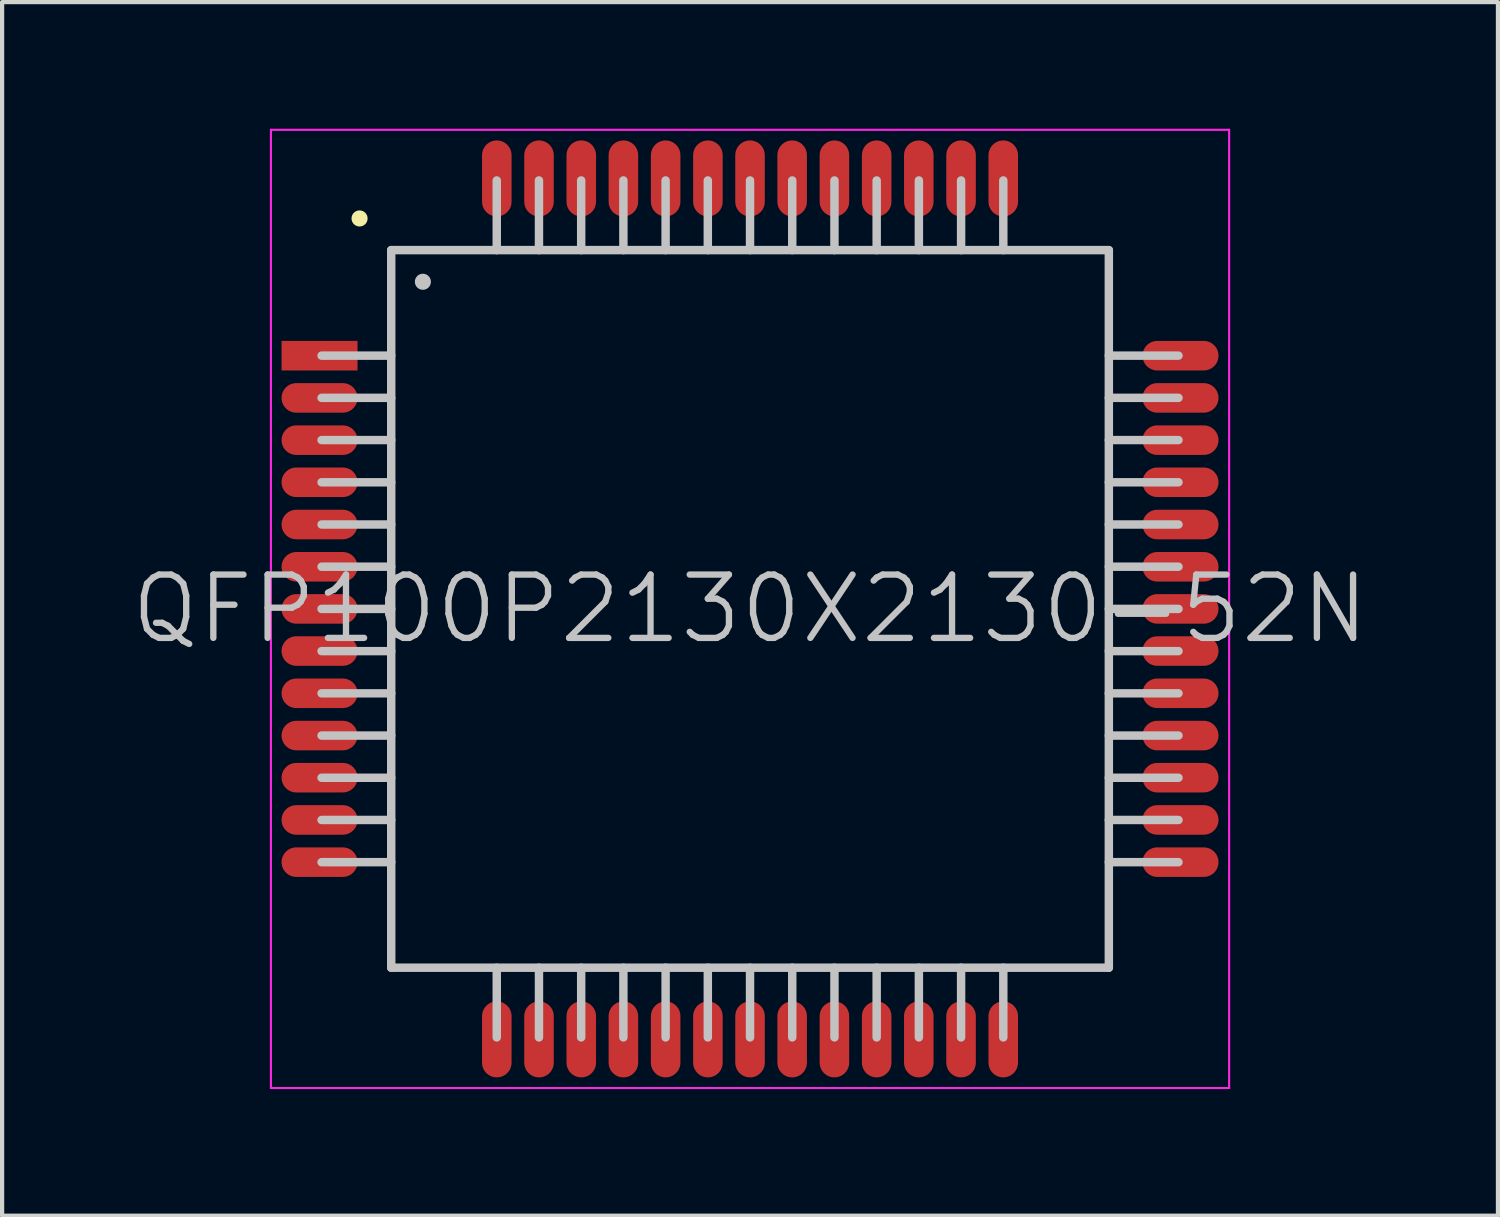
<source format=kicad_pcb>
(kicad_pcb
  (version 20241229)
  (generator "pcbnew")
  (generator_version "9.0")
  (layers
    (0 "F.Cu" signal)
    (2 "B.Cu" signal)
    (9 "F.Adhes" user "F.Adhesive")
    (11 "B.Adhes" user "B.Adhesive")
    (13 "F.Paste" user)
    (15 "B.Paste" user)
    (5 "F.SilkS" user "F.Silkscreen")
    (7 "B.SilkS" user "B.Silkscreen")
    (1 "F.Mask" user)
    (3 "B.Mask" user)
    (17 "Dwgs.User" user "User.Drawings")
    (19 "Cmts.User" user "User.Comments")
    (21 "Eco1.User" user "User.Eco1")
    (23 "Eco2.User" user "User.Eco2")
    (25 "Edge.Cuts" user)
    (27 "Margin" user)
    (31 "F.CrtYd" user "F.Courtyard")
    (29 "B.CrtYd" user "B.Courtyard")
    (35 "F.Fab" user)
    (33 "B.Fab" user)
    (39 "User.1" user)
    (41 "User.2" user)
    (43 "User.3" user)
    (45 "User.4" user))
  (footprint "QFP100P2130X2130-52N"
    (layer "F.Cu")
    (at 14.718 11.375)
    (property "Reference" "QFP100P2130X2130-52N" (at 0 0 0) (layer "Dwgs.User") (effects (font (size 1.5 1.5) (thickness 0.15))))
    (attr smd)
    (fp_line (start -9.25 -9.25) (end -9.25 -9.25) (stroke (width 0.381) (type solid)) (layer "F.SilkS"))
    (fp_line (start -8.5 -8.5) (end -8.5 8.5) (stroke (width 0.2) (type solid)) (layer "Dwgs.User"))
    (fp_line (start -8.5 -8.5) (end 8.5 -8.5) (stroke (width 0.2) (type solid)) (layer "Dwgs.User"))
    (fp_line (start -8.5 -6) (end -10.15 -6) (stroke (width 0.2) (type solid)) (layer "Dwgs.User"))
    (fp_line (start -8.5 -5) (end -10.15 -5) (stroke (width 0.2) (type solid)) (layer "Dwgs.User"))
    (fp_line (start -8.5 -4) (end -10.15 -4) (stroke (width 0.2) (type solid)) (layer "Dwgs.User"))
    (fp_line (start -8.5 -3) (end -10.15 -3) (stroke (width 0.2) (type solid)) (layer "Dwgs.User"))
    (fp_line (start -8.5 -2) (end -10.15 -2) (stroke (width 0.2) (type solid)) (layer "Dwgs.User"))
    (fp_line (start -8.5 -1) (end -10.15 -1) (stroke (width 0.2) (type solid)) (layer "Dwgs.User"))
    (fp_line (start -8.5 0) (end -10.15 0) (stroke (width 0.2) (type solid)) (layer "Dwgs.User"))
    (fp_line (start -8.5 1) (end -10.15 1) (stroke (width 0.2) (type solid)) (layer "Dwgs.User"))
    (fp_line (start -8.5 2) (end -10.15 2) (stroke (width 0.2) (type solid)) (layer "Dwgs.User"))
    (fp_line (start -8.5 3) (end -10.15 3) (stroke (width 0.2) (type solid)) (layer "Dwgs.User"))
    (fp_line (start -8.5 4) (end -10.15 4) (stroke (width 0.2) (type solid)) (layer "Dwgs.User"))
    (fp_line (start -8.5 5) (end -10.15 5) (stroke (width 0.2) (type solid)) (layer "Dwgs.User"))
    (fp_line (start -8.5 6) (end -10.15 6) (stroke (width 0.2) (type solid)) (layer "Dwgs.User"))
    (fp_line (start -8.5 8.5) (end 8.5 8.5) (stroke (width 0.2) (type solid)) (layer "Dwgs.User"))
    (fp_line (start -7.75 -7.75) (end -7.75 -7.75) (stroke (width 0.381) (type solid)) (layer "Dwgs.User"))
    (fp_line (start -6 -8.5) (end -6 -10.15) (stroke (width 0.2) (type solid)) (layer "Dwgs.User"))
    (fp_line (start -6 10.15) (end -6 8.5) (stroke (width 0.2) (type solid)) (layer "Dwgs.User"))
    (fp_line (start -5 -8.5) (end -5 -10.15) (stroke (width 0.2) (type solid)) (layer "Dwgs.User"))
    (fp_line (start -5 10.15) (end -5 8.5) (stroke (width 0.2) (type solid)) (layer "Dwgs.User"))
    (fp_line (start -4 -8.5) (end -4 -10.15) (stroke (width 0.2) (type solid)) (layer "Dwgs.User"))
    (fp_line (start -4 10.15) (end -4 8.5) (stroke (width 0.2) (type solid)) (layer "Dwgs.User"))
    (fp_line (start -3 -8.5) (end -3 -10.15) (stroke (width 0.2) (type solid)) (layer "Dwgs.User"))
    (fp_line (start -3 10.15) (end -3 8.5) (stroke (width 0.2) (type solid)) (layer "Dwgs.User"))
    (fp_line (start -2 -8.5) (end -2 -10.15) (stroke (width 0.2) (type solid)) (layer "Dwgs.User"))
    (fp_line (start -2 10.15) (end -2 8.5) (stroke (width 0.2) (type solid)) (layer "Dwgs.User"))
    (fp_line (start -1 -8.5) (end -1 -10.15) (stroke (width 0.2) (type solid)) (layer "Dwgs.User"))
    (fp_line (start -1 10.15) (end -1 8.5) (stroke (width 0.2) (type solid)) (layer "Dwgs.User"))
    (fp_line (start 0 -8.5) (end 0 -10.15) (stroke (width 0.2) (type solid)) (layer "Dwgs.User"))
    (fp_line (start 0 10.15) (end 0 8.5) (stroke (width 0.2) (type solid)) (layer "Dwgs.User"))
    (fp_line (start 1 -8.5) (end 1 -10.15) (stroke (width 0.2) (type solid)) (layer "Dwgs.User"))
    (fp_line (start 1 10.15) (end 1 8.5) (stroke (width 0.2) (type solid)) (layer "Dwgs.User"))
    (fp_line (start 2 -8.5) (end 2 -10.15) (stroke (width 0.2) (type solid)) (layer "Dwgs.User"))
    (fp_line (start 2 10.15) (end 2 8.5) (stroke (width 0.2) (type solid)) (layer "Dwgs.User"))
    (fp_line (start 3 -8.5) (end 3 -10.15) (stroke (width 0.2) (type solid)) (layer "Dwgs.User"))
    (fp_line (start 3 10.15) (end 3 8.5) (stroke (width 0.2) (type solid)) (layer "Dwgs.User"))
    (fp_line (start 4 -8.5) (end 4 -10.15) (stroke (width 0.2) (type solid)) (layer "Dwgs.User"))
    (fp_line (start 4 10.15) (end 4 8.5) (stroke (width 0.2) (type solid)) (layer "Dwgs.User"))
    (fp_line (start 5 -8.5) (end 5 -10.15) (stroke (width 0.2) (type solid)) (layer "Dwgs.User"))
    (fp_line (start 5 10.15) (end 5 8.5) (stroke (width 0.2) (type solid)) (layer "Dwgs.User"))
    (fp_line (start 6 -8.5) (end 6 -10.15) (stroke (width 0.2) (type solid)) (layer "Dwgs.User"))
    (fp_line (start 6 10.15) (end 6 8.5) (stroke (width 0.2) (type solid)) (layer "Dwgs.User"))
    (fp_line (start 8.5 -8.5) (end 8.5 8.5) (stroke (width 0.2) (type solid)) (layer "Dwgs.User"))
    (fp_line (start 10.15 -6) (end 8.5 -6) (stroke (width 0.2) (type solid)) (layer "Dwgs.User"))
    (fp_line (start 10.15 -5) (end 8.5 -5) (stroke (width 0.2) (type solid)) (layer "Dwgs.User"))
    (fp_line (start 10.15 -4) (end 8.5 -4) (stroke (width 0.2) (type solid)) (layer "Dwgs.User"))
    (fp_line (start 10.15 -3) (end 8.5 -3) (stroke (width 0.2) (type solid)) (layer "Dwgs.User"))
    (fp_line (start 10.15 -2) (end 8.5 -2) (stroke (width 0.2) (type solid)) (layer "Dwgs.User"))
    (fp_line (start 10.15 -1) (end 8.5 -1) (stroke (width 0.2) (type solid)) (layer "Dwgs.User"))
    (fp_line (start 10.15 0) (end 8.5 0) (stroke (width 0.2) (type solid)) (layer "Dwgs.User"))
    (fp_line (start 10.15 1) (end 8.5 1) (stroke (width 0.2) (type solid)) (layer "Dwgs.User"))
    (fp_line (start 10.15 2) (end 8.5 2) (stroke (width 0.2) (type solid)) (layer "Dwgs.User"))
    (fp_line (start 10.15 3) (end 8.5 3) (stroke (width 0.2) (type solid)) (layer "Dwgs.User"))
    (fp_line (start 10.15 4) (end 8.5 4) (stroke (width 0.2) (type solid)) (layer "Dwgs.User"))
    (fp_line (start 10.15 5) (end 8.5 5) (stroke (width 0.2) (type solid)) (layer "Dwgs.User"))
    (fp_line (start 10.15 6) (end 8.5 6) (stroke (width 0.2) (type solid)) (layer "Dwgs.User"))
    (fp_line (start -11.35 -11.35) (end -11.35 11.35) (stroke (width 0.05) (type solid)) (layer "F.CrtYd"))
    (fp_line (start -11.35 -11.35) (end 11.35 -11.35) (stroke (width 0.05) (type solid)) (layer "F.CrtYd"))
    (fp_line (start -11.35 11.35) (end 11.35 11.35) (stroke (width 0.05) (type solid)) (layer "F.CrtYd"))
    (fp_line (start 11.35 -11.35) (end 11.35 11.35) (stroke (width 0.05) (type solid)) (layer "F.CrtYd"))
    (pad "1" smd rect (at -10.198 -5.999 90) (size 0.7 1.8) (layers "F.Cu" "F.Mask" "F.Paste"))
    (pad "2" smd oval (at -10.198 -4.999 90) (size 0.7 1.8) (layers "F.Cu" "F.Mask" "F.Paste"))
    (pad "3" smd oval (at -10.198 -3.998 90) (size 0.7 1.8) (layers "F.Cu" "F.Mask" "F.Paste"))
    (pad "4" smd oval (at -10.198 -3 90) (size 0.7 1.8) (layers "F.Cu" "F.Mask" "F.Paste"))
    (pad "5" smd oval (at -10.198 -1.999 90) (size 0.7 1.8) (layers "F.Cu" "F.Mask" "F.Paste"))
    (pad "6" smd oval (at -10.198 -0.998 90) (size 0.7 1.8) (layers "F.Cu" "F.Mask" "F.Paste"))
    (pad "7" smd oval (at -10.198 0 90) (size 0.7 1.8) (layers "F.Cu" "F.Mask" "F.Paste"))
    (pad "8" smd oval (at -10.198 0.998 90) (size 0.7 1.8) (layers "F.Cu" "F.Mask" "F.Paste"))
    (pad "9" smd oval (at -10.198 1.999 90) (size 0.7 1.8) (layers "F.Cu" "F.Mask" "F.Paste"))
    (pad "10" smd oval (at -10.198 3 90) (size 0.7 1.8) (layers "F.Cu" "F.Mask" "F.Paste"))
    (pad "11" smd oval (at -10.198 3.998 90) (size 0.7 1.8) (layers "F.Cu" "F.Mask" "F.Paste"))
    (pad "12" smd oval (at -10.198 4.999 90) (size 0.7 1.8) (layers "F.Cu" "F.Mask" "F.Paste"))
    (pad "13" smd oval (at -10.198 5.999 90) (size 0.7 1.8) (layers "F.Cu" "F.Mask" "F.Paste"))
    (pad "14" smd oval (at -5.999 10.198 180) (size 0.7 1.8) (layers "F.Cu" "F.Mask" "F.Paste"))
    (pad "15" smd oval (at -4.999 10.198 180) (size 0.7 1.8) (layers "F.Cu" "F.Mask" "F.Paste"))
    (pad "16" smd oval (at -3.998 10.198 180) (size 0.7 1.8) (layers "F.Cu" "F.Mask" "F.Paste"))
    (pad "17" smd oval (at -3 10.198 180) (size 0.7 1.8) (layers "F.Cu" "F.Mask" "F.Paste"))
    (pad "18" smd oval (at -1.999 10.198 180) (size 0.7 1.8) (layers "F.Cu" "F.Mask" "F.Paste"))
    (pad "19" smd oval (at -0.998 10.198 180) (size 0.7 1.8) (layers "F.Cu" "F.Mask" "F.Paste"))
    (pad "20" smd oval (at 0 10.198 180) (size 0.7 1.8) (layers "F.Cu" "F.Mask" "F.Paste"))
    (pad "21" smd oval (at 0.998 10.198 180) (size 0.7 1.8) (layers "F.Cu" "F.Mask" "F.Paste"))
    (pad "22" smd oval (at 1.999 10.198 180) (size 0.7 1.8) (layers "F.Cu" "F.Mask" "F.Paste"))
    (pad "23" smd oval (at 3 10.198 180) (size 0.7 1.8) (layers "F.Cu" "F.Mask" "F.Paste"))
    (pad "24" smd oval (at 3.998 10.198 180) (size 0.7 1.8) (layers "F.Cu" "F.Mask" "F.Paste"))
    (pad "25" smd oval (at 4.999 10.198 180) (size 0.7 1.8) (layers "F.Cu" "F.Mask" "F.Paste"))
    (pad "26" smd oval (at 5.999 10.198 180) (size 0.7 1.8) (layers "F.Cu" "F.Mask" "F.Paste"))
    (pad "27" smd oval (at 10.198 5.999 270) (size 0.7 1.8) (layers "F.Cu" "F.Mask" "F.Paste"))
    (pad "28" smd oval (at 10.198 4.999 270) (size 0.7 1.8) (layers "F.Cu" "F.Mask" "F.Paste"))
    (pad "29" smd oval (at 10.198 3.998 270) (size 0.7 1.8) (layers "F.Cu" "F.Mask" "F.Paste"))
    (pad "30" smd oval (at 10.198 3 270) (size 0.7 1.8) (layers "F.Cu" "F.Mask" "F.Paste"))
    (pad "31" smd oval (at 10.198 1.999 270) (size 0.7 1.8) (layers "F.Cu" "F.Mask" "F.Paste"))
    (pad "32" smd oval (at 10.198 0.998 270) (size 0.7 1.8) (layers "F.Cu" "F.Mask" "F.Paste"))
    (pad "33" smd oval (at 10.198 0 270) (size 0.7 1.8) (layers "F.Cu" "F.Mask" "F.Paste"))
    (pad "34" smd oval (at 10.198 -0.998 270) (size 0.7 1.8) (layers "F.Cu" "F.Mask" "F.Paste"))
    (pad "35" smd oval (at 10.198 -1.999 270) (size 0.7 1.8) (layers "F.Cu" "F.Mask" "F.Paste"))
    (pad "36" smd oval (at 10.198 -3 270) (size 0.7 1.8) (layers "F.Cu" "F.Mask" "F.Paste"))
    (pad "37" smd oval (at 10.198 -3.998 270) (size 0.7 1.8) (layers "F.Cu" "F.Mask" "F.Paste"))
    (pad "38" smd oval (at 10.198 -4.999 270) (size 0.7 1.8) (layers "F.Cu" "F.Mask" "F.Paste"))
    (pad "39" smd oval (at 10.198 -5.999 270) (size 0.7 1.8) (layers "F.Cu" "F.Mask" "F.Paste"))
    (pad "40" smd oval (at 5.999 -10.198) (size 0.7 1.8) (layers "F.Cu" "F.Mask" "F.Paste"))
    (pad "41" smd oval (at 4.999 -10.198) (size 0.7 1.8) (layers "F.Cu" "F.Mask" "F.Paste"))
    (pad "42" smd oval (at 3.998 -10.198) (size 0.7 1.8) (layers "F.Cu" "F.Mask" "F.Paste"))
    (pad "43" smd oval (at 3 -10.198) (size 0.7 1.8) (layers "F.Cu" "F.Mask" "F.Paste"))
    (pad "44" smd oval (at 1.999 -10.198) (size 0.7 1.8) (layers "F.Cu" "F.Mask" "F.Paste"))
    (pad "45" smd oval (at 0.998 -10.198) (size 0.7 1.8) (layers "F.Cu" "F.Mask" "F.Paste"))
    (pad "46" smd oval (at 0 -10.198) (size 0.7 1.8) (layers "F.Cu" "F.Mask" "F.Paste"))
    (pad "47" smd oval (at -0.998 -10.198) (size 0.7 1.8) (layers "F.Cu" "F.Mask" "F.Paste"))
    (pad "48" smd oval (at -1.999 -10.198) (size 0.7 1.8) (layers "F.Cu" "F.Mask" "F.Paste"))
    (pad "49" smd oval (at -3 -10.198) (size 0.7 1.8) (layers "F.Cu" "F.Mask" "F.Paste"))
    (pad "50" smd oval (at -3.998 -10.198) (size 0.7 1.8) (layers "F.Cu" "F.Mask" "F.Paste"))
    (pad "51" smd oval (at -4.999 -10.198) (size 0.7 1.8) (layers "F.Cu" "F.Mask" "F.Paste"))
    (pad "52" smd oval (at -5.999 -10.198) (size 0.7 1.8) (layers "F.Cu" "F.Mask" "F.Paste")))
  (gr_rect
    (start -3 -3)
    (end 32.436 25.75)
    (stroke (width 0.1) (type default))
    (fill no)
    (layer "Edge.Cuts")))
</source>
